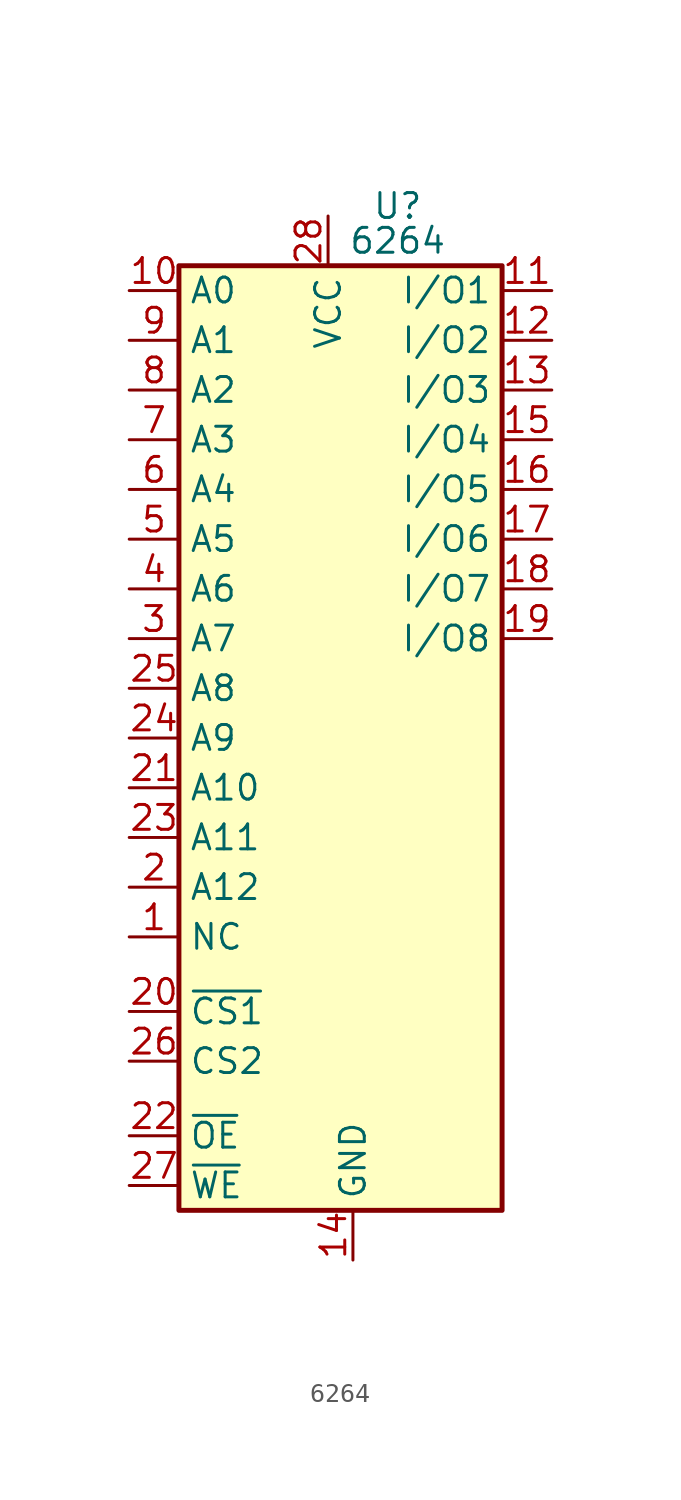
<source format=kicad_sym>
(kicad_symbol_lib
  (version 20231120)
  (generator "kicad_symbol_editor")
  (generator_version "8.0")
  (symbol "6264"
    (property "Reference" "U"
      (at 3.556 -2.032 0)
      (effects (font (size 1.27 1.27))))
    (property "Value" "6264"
      (at 3.556 -3.81 0)
      (effects (font (size 1.27 1.27))))
    (symbol "6264_0_1"
      (rectangle (start -7.62 -5.08) (end 8.89 -53.34) (stroke (width 0.254) (type default)) (fill (type background))))
    (symbol "6264_1_1"
      (pin input line (at -10.16 -39.37 0) (length 2.54) (name "NC" (effects (font (size 1.27 1.27)))) (number "1" (effects (font (size 1.27 1.27)))))
      (pin input line (at -10.16 -6.35 0) (length 2.54) (name "A0" (effects (font (size 1.27 1.27)))) (number "10" (effects (font (size 1.27 1.27)))))
      (pin tri_state line (at 11.43 -6.35 180) (length 2.54) (name "I/O1" (effects (font (size 1.27 1.27)))) (number "11" (effects (font (size 1.27 1.27)))))
      (pin tri_state line (at 11.43 -8.89 180) (length 2.54) (name "I/O2" (effects (font (size 1.27 1.27)))) (number "12" (effects (font (size 1.27 1.27)))))
      (pin tri_state line (at 11.43 -11.43 180) (length 2.54) (name "I/O3" (effects (font (size 1.27 1.27)))) (number "13" (effects (font (size 1.27 1.27)))))
      (pin power_in line (at 1.27 -55.88 90) (length 2.54) (name "GND" (effects (font (size 1.27 1.27)))) (number "14" (effects (font (size 1.27 1.27)))))
      (pin tri_state line (at 11.43 -13.97 180) (length 2.54) (name "I/O4" (effects (font (size 1.27 1.27)))) (number "15" (effects (font (size 1.27 1.27)))))
      (pin tri_state line (at 11.43 -16.51 180) (length 2.54) (name "I/O5" (effects (font (size 1.27 1.27)))) (number "16" (effects (font (size 1.27 1.27)))))
      (pin tri_state line (at 11.43 -19.05 180) (length 2.54) (name "I/O6" (effects (font (size 1.27 1.27)))) (number "17" (effects (font (size 1.27 1.27)))))
      (pin tri_state line (at 11.43 -21.59 180) (length 2.54) (name "I/O7" (effects (font (size 1.27 1.27)))) (number "18" (effects (font (size 1.27 1.27)))))
      (pin tri_state line (at 11.43 -24.13 180) (length 2.54) (name "I/O8" (effects (font (size 1.27 1.27)))) (number "19" (effects (font (size 1.27 1.27)))))
      (pin input line (at -10.16 -36.83 0) (length 2.54) (name "A12" (effects (font (size 1.27 1.27)))) (number "2" (effects (font (size 1.27 1.27)))))
      (pin input line (at -10.16 -43.18 0) (length 2.54) (name "~{CS1}" (effects (font (size 1.27 1.27)))) (number "20" (effects (font (size 1.27 1.27)))))
      (pin input line (at -10.16 -31.75 0) (length 2.54) (name "A10" (effects (font (size 1.27 1.27)))) (number "21" (effects (font (size 1.27 1.27)))))
      (pin input line (at -10.16 -49.53 0) (length 2.54) (name "~{OE}" (effects (font (size 1.27 1.27)))) (number "22" (effects (font (size 1.27 1.27)))))
      (pin input line (at -10.16 -34.29 0) (length 2.54) (name "A11" (effects (font (size 1.27 1.27)))) (number "23" (effects (font (size 1.27 1.27)))))
      (pin input line (at -10.16 -29.21 0) (length 2.54) (name "A9" (effects (font (size 1.27 1.27)))) (number "24" (effects (font (size 1.27 1.27)))))
      (pin input line (at -10.16 -26.67 0) (length 2.54) (name "A8" (effects (font (size 1.27 1.27)))) (number "25" (effects (font (size 1.27 1.27)))))
      (pin input line (at -10.16 -45.72 0) (length 2.54) (name "CS2" (effects (font (size 1.27 1.27)))) (number "26" (effects (font (size 1.27 1.27)))))
      (pin input line (at -10.16 -52.07 0) (length 2.54) (name "~{WE}" (effects (font (size 1.27 1.27)))) (number "27" (effects (font (size 1.27 1.27)))))
      (pin power_in line (at 0 -2.54 270) (length 2.54) (name "VCC" (effects (font (size 1.27 1.27)))) (number "28" (effects (font (size 1.27 1.27)))))
      (pin input line (at -10.16 -24.13 0) (length 2.54) (name "A7" (effects (font (size 1.27 1.27)))) (number "3" (effects (font (size 1.27 1.27)))))
      (pin input line (at -10.16 -21.59 0) (length 2.54) (name "A6" (effects (font (size 1.27 1.27)))) (number "4" (effects (font (size 1.27 1.27)))))
      (pin input line (at -10.16 -19.05 0) (length 2.54) (name "A5" (effects (font (size 1.27 1.27)))) (number "5" (effects (font (size 1.27 1.27)))))
      (pin input line (at -10.16 -16.51 0) (length 2.54) (name "A4" (effects (font (size 1.27 1.27)))) (number "6" (effects (font (size 1.27 1.27)))))
      (pin input line (at -10.16 -13.97 0) (length 2.54) (name "A3" (effects (font (size 1.27 1.27)))) (number "7" (effects (font (size 1.27 1.27)))))
      (pin input line (at -10.16 -11.43 0) (length 2.54) (name "A2" (effects (font (size 1.27 1.27)))) (number "8" (effects (font (size 1.27 1.27)))))
      (pin input line (at -10.16 -8.89 0) (length 2.54) (name "A1" (effects (font (size 1.27 1.27)))) (number "9" (effects (font (size 1.27 1.27))))))))
</source>
